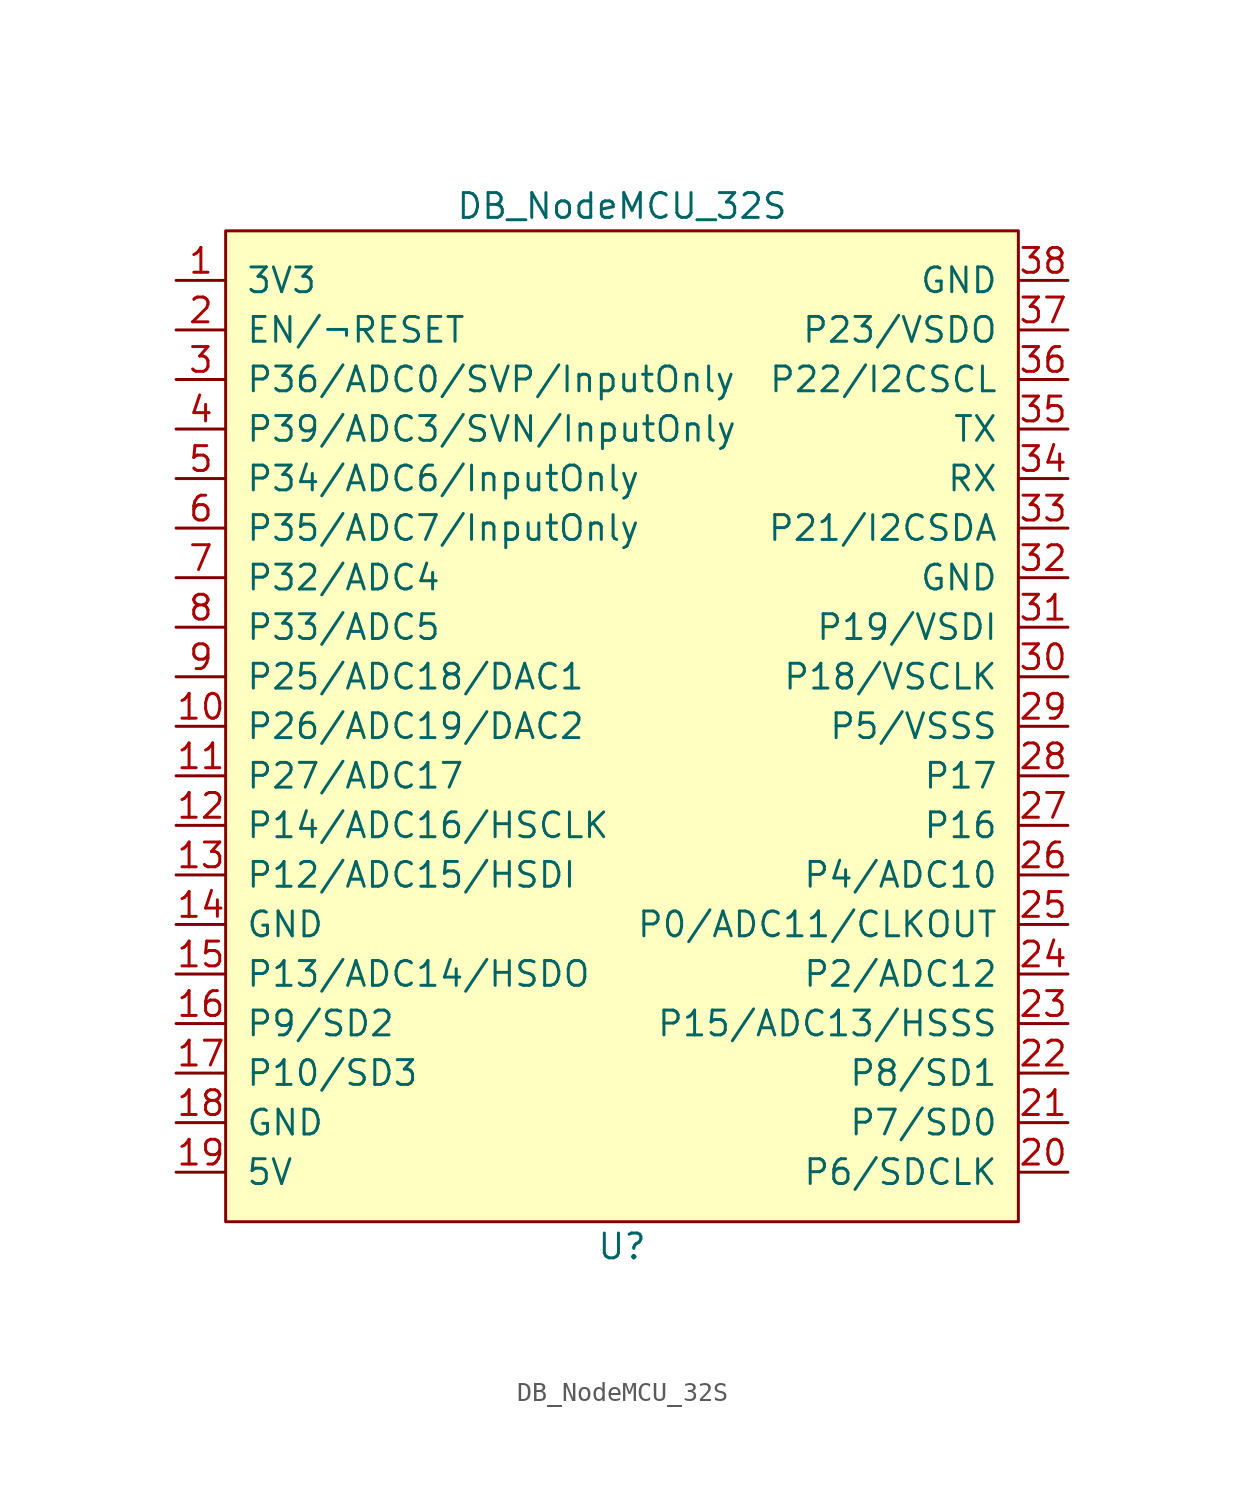
<source format=kicad_sym>
(kicad_symbol_lib
  (version 20211014)
  (generator kicad_symbol_editor)
  (symbol "DB_NodeMCU_32S"
    (pin_names
      (offset 1.016))
    (property "Reference" "U"
      (at 0 -19.05 0)
      (effects (font (size 1.27 1.27))))
    (property "Value" "DB_NodeMCU_32S"
      (at 0 34.29 0)
      (effects (font (size 1.27 1.27))))
    (symbol "DB_NodeMCU_32S_0_1"
      (rectangle (start -20.32 -17.78) (end 20.32 33.02) (stroke (width 0) (type default) (color 0 0 0 0)) (fill (type background))))
    (symbol "DB_NodeMCU_32S_1_1"
      (pin bidirectional line (at -22.86 30.48 0) (length 2.54) (name "3V3" (effects (font (size 1.27 1.27)))) (number "1" (effects (font (size 1.27 1.27)))))
      (pin bidirectional line (at -22.86 7.62 0) (length 2.54) (name "P26/ADC19/DAC2" (effects (font (size 1.27 1.27)))) (number "10" (effects (font (size 1.27 1.27)))))
      (pin bidirectional line (at -22.86 5.08 0) (length 2.54) (name "P27/ADC17" (effects (font (size 1.27 1.27)))) (number "11" (effects (font (size 1.27 1.27)))))
      (pin bidirectional line (at -22.86 2.54 0) (length 2.54) (name "P14/ADC16/HSCLK" (effects (font (size 1.27 1.27)))) (number "12" (effects (font (size 1.27 1.27)))))
      (pin bidirectional line (at -22.86 0 0) (length 2.54) (name "P12/ADC15/HSDI" (effects (font (size 1.27 1.27)))) (number "13" (effects (font (size 1.27 1.27)))))
      (pin power_out line (at -22.86 -2.54 0) (length 2.54) (name "GND" (effects (font (size 1.27 1.27)))) (number "14" (effects (font (size 1.27 1.27)))))
      (pin bidirectional line (at -22.86 -5.08 0) (length 2.54) (name "P13/ADC14/HSDO" (effects (font (size 1.27 1.27)))) (number "15" (effects (font (size 1.27 1.27)))))
      (pin bidirectional line (at -22.86 -7.62 0) (length 2.54) (name "P9/SD2" (effects (font (size 1.27 1.27)))) (number "16" (effects (font (size 1.27 1.27)))))
      (pin bidirectional line (at -22.86 -10.16 0) (length 2.54) (name "P10/SD3" (effects (font (size 1.27 1.27)))) (number "17" (effects (font (size 1.27 1.27)))))
      (pin power_out line (at -22.86 -12.7 0) (length 2.54) (name "GND" (effects (font (size 1.27 1.27)))) (number "18" (effects (font (size 1.27 1.27)))))
      (pin bidirectional line (at -22.86 -15.24 0) (length 2.54) (name "5V" (effects (font (size 1.27 1.27)))) (number "19" (effects (font (size 1.27 1.27)))))
      (pin bidirectional line (at -22.86 27.94 0) (length 2.54) (name "EN/¬RESET" (effects (font (size 1.27 1.27)))) (number "2" (effects (font (size 1.27 1.27)))))
      (pin bidirectional line (at 22.86 -15.24 180) (length 2.54) (name "P6/SDCLK" (effects (font (size 1.27 1.27)))) (number "20" (effects (font (size 1.27 1.27)))))
      (pin bidirectional line (at 22.86 -12.7 180) (length 2.54) (name "P7/SD0" (effects (font (size 1.27 1.27)))) (number "21" (effects (font (size 1.27 1.27)))))
      (pin bidirectional line (at 22.86 -10.16 180) (length 2.54) (name "P8/SD1" (effects (font (size 1.27 1.27)))) (number "22" (effects (font (size 1.27 1.27)))))
      (pin bidirectional line (at 22.86 -7.62 180) (length 2.54) (name "P15/ADC13/HSSS" (effects (font (size 1.27 1.27)))) (number "23" (effects (font (size 1.27 1.27)))))
      (pin bidirectional line (at 22.86 -5.08 180) (length 2.54) (name "P2/ADC12" (effects (font (size 1.27 1.27)))) (number "24" (effects (font (size 1.27 1.27)))))
      (pin bidirectional line (at 22.86 -2.54 180) (length 2.54) (name "P0/ADC11/CLKOUT" (effects (font (size 1.27 1.27)))) (number "25" (effects (font (size 1.27 1.27)))))
      (pin bidirectional line (at 22.86 0 180) (length 2.54) (name "P4/ADC10" (effects (font (size 1.27 1.27)))) (number "26" (effects (font (size 1.27 1.27)))))
      (pin bidirectional line (at 22.86 2.54 180) (length 2.54) (name "P16" (effects (font (size 1.27 1.27)))) (number "27" (effects (font (size 1.27 1.27)))))
      (pin bidirectional line (at 22.86 5.08 180) (length 2.54) (name "P17" (effects (font (size 1.27 1.27)))) (number "28" (effects (font (size 1.27 1.27)))))
      (pin bidirectional line (at 22.86 7.62 180) (length 2.54) (name "P5/VSSS" (effects (font (size 1.27 1.27)))) (number "29" (effects (font (size 1.27 1.27)))))
      (pin input line (at -22.86 25.4 0) (length 2.54) (name "P36/ADC0/SVP/InputOnly" (effects (font (size 1.27 1.27)))) (number "3" (effects (font (size 1.27 1.27)))))
      (pin bidirectional line (at 22.86 10.16 180) (length 2.54) (name "P18/VSCLK" (effects (font (size 1.27 1.27)))) (number "30" (effects (font (size 1.27 1.27)))))
      (pin bidirectional line (at 22.86 12.7 180) (length 2.54) (name "P19/VSDI" (effects (font (size 1.27 1.27)))) (number "31" (effects (font (size 1.27 1.27)))))
      (pin power_out line (at 22.86 15.24 180) (length 2.54) (name "GND" (effects (font (size 1.27 1.27)))) (number "32" (effects (font (size 1.27 1.27)))))
      (pin bidirectional line (at 22.86 17.78 180) (length 2.54) (name "P21/I2CSDA" (effects (font (size 1.27 1.27)))) (number "33" (effects (font (size 1.27 1.27)))))
      (pin input line (at 22.86 20.32 180) (length 2.54) (name "RX" (effects (font (size 1.27 1.27)))) (number "34" (effects (font (size 1.27 1.27)))))
      (pin output line (at 22.86 22.86 180) (length 2.54) (name "TX" (effects (font (size 1.27 1.27)))) (number "35" (effects (font (size 1.27 1.27)))))
      (pin bidirectional line (at 22.86 25.4 180) (length 2.54) (name "P22/I2CSCL" (effects (font (size 1.27 1.27)))) (number "36" (effects (font (size 1.27 1.27)))))
      (pin bidirectional line (at 22.86 27.94 180) (length 2.54) (name "P23/VSDO" (effects (font (size 1.27 1.27)))) (number "37" (effects (font (size 1.27 1.27)))))
      (pin power_out line (at 22.86 30.48 180) (length 2.54) (name "GND" (effects (font (size 1.27 1.27)))) (number "38" (effects (font (size 1.27 1.27)))))
      (pin input line (at -22.86 22.86 0) (length 2.54) (name "P39/ADC3/SVN/InputOnly" (effects (font (size 1.27 1.27)))) (number "4" (effects (font (size 1.27 1.27)))))
      (pin input line (at -22.86 20.32 0) (length 2.54) (name "P34/ADC6/InputOnly" (effects (font (size 1.27 1.27)))) (number "5" (effects (font (size 1.27 1.27)))))
      (pin input line (at -22.86 17.78 0) (length 2.54) (name "P35/ADC7/InputOnly" (effects (font (size 1.27 1.27)))) (number "6" (effects (font (size 1.27 1.27)))))
      (pin bidirectional line (at -22.86 15.24 0) (length 2.54) (name "P32/ADC4" (effects (font (size 1.27 1.27)))) (number "7" (effects (font (size 1.27 1.27)))))
      (pin bidirectional line (at -22.86 12.7 0) (length 2.54) (name "P33/ADC5" (effects (font (size 1.27 1.27)))) (number "8" (effects (font (size 1.27 1.27)))))
      (pin bidirectional line (at -22.86 10.16 0) (length 2.54) (name "P25/ADC18/DAC1" (effects (font (size 1.27 1.27)))) (number "9" (effects (font (size 1.27 1.27))))))))
</source>
